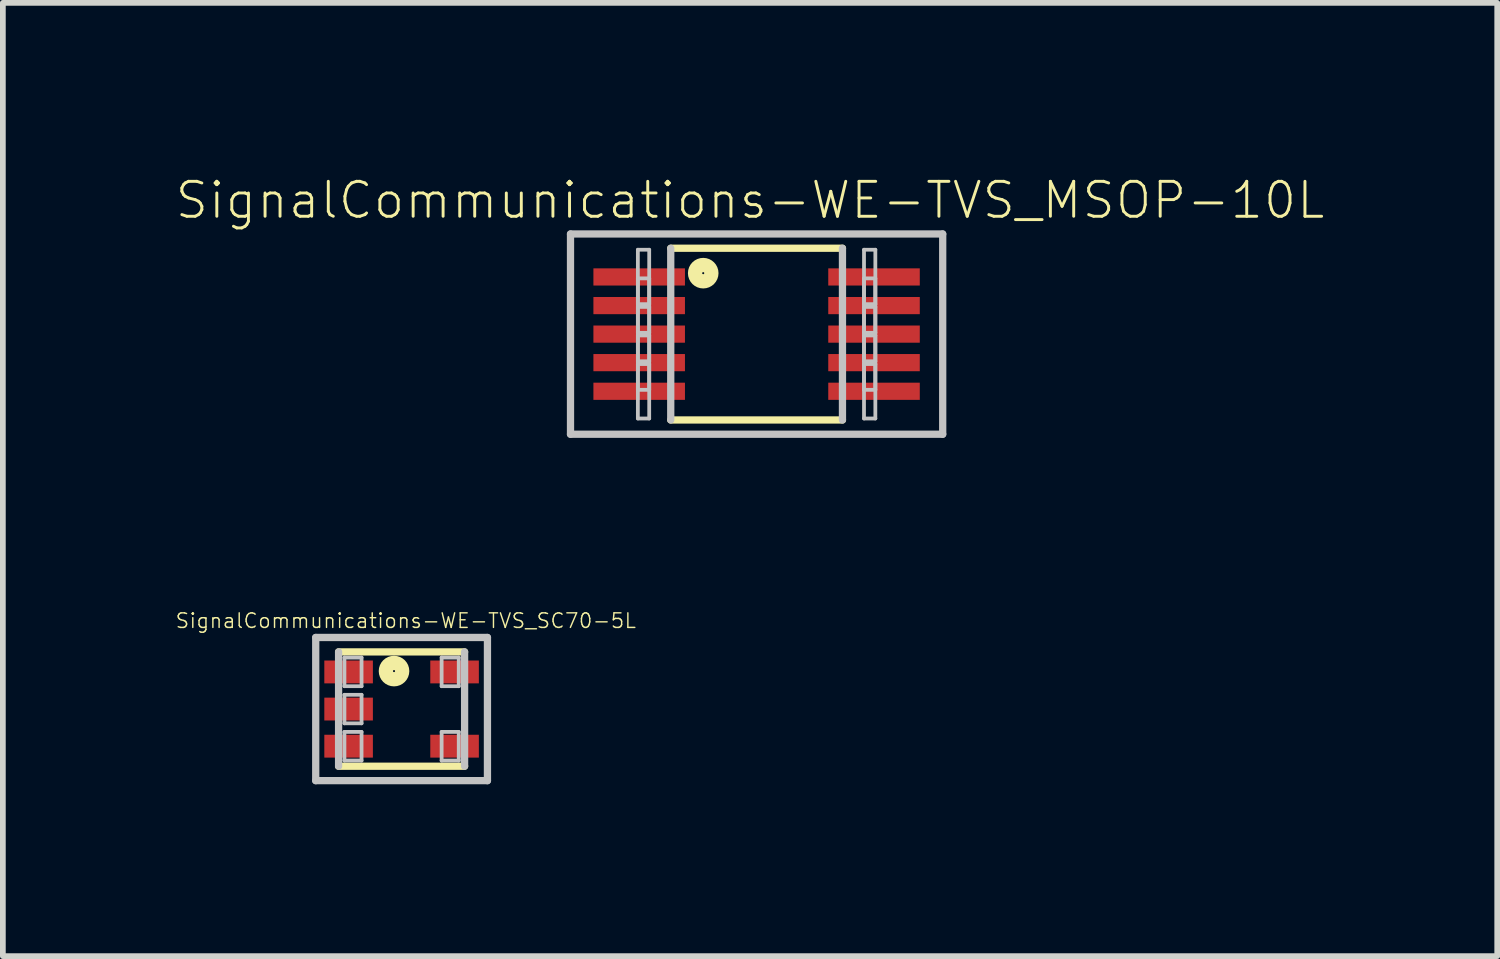
<source format=kicad_pcb>
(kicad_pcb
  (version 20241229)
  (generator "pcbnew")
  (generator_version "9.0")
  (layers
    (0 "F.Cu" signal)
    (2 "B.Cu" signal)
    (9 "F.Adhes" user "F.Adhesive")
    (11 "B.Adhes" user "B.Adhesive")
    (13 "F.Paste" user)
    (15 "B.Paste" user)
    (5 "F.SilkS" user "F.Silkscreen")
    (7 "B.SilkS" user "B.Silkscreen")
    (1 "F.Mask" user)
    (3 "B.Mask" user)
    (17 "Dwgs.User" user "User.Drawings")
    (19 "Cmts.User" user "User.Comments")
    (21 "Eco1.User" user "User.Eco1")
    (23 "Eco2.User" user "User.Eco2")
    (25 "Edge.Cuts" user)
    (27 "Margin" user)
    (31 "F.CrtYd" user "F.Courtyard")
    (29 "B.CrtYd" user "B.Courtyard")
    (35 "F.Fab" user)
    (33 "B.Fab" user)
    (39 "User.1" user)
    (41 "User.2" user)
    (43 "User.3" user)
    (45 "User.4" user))
  (footprint "SignalCommunications-WE-TVS_SC70-5L"
    (layer "F.Cu")
    (at 3.961 9.329)
    (property "Reference" "SignalCommunications-WE-TVS_SC70-5L" (at 0.074 -1.542 0) (layer "F.SilkS") (effects (font (size 0.254 0.254) (thickness 0.025))))
    (attr smd)
    (fp_line (start -1.1 -0.998) (end 1.1 -0.998) (stroke (width 0.127) (type solid)) (layer "F.SilkS"))
    (fp_line (start 1.1 0.998) (end -1.1 0.998) (stroke (width 0.127) (type solid)) (layer "F.SilkS"))
    (fp_circle (center -0.132 -0.663) (end -0.132 -0.681) (stroke (width 0.249) (type solid)) (fill no) (layer "F.SilkS"))
    (fp_line (start -1.499 -1.25) (end 1.499 -1.25) (stroke (width 0.127) (type solid)) (layer "Dwgs.User"))
    (fp_line (start -1.499 1.25) (end -1.499 -1.25) (stroke (width 0.127) (type solid)) (layer "Dwgs.User"))
    (fp_line (start -1.1 0.998) (end -1.1 -0.998) (stroke (width 0.127) (type solid)) (layer "Dwgs.User"))
    (fp_line (start -0.998 -0.899) (end -0.699 -0.899) (stroke (width 0.066) (type solid)) (layer "Dwgs.User"))
    (fp_line (start -0.998 -0.399) (end -0.998 -0.899) (stroke (width 0.066) (type solid)) (layer "Dwgs.User"))
    (fp_line (start -0.998 -0.399) (end -0.699 -0.399) (stroke (width 0.066) (type solid)) (layer "Dwgs.User"))
    (fp_line (start -0.998 -0.249) (end -0.699 -0.249) (stroke (width 0.066) (type solid)) (layer "Dwgs.User"))
    (fp_line (start -0.998 0.249) (end -0.998 -0.249) (stroke (width 0.066) (type solid)) (layer "Dwgs.User"))
    (fp_line (start -0.998 0.249) (end -0.699 0.249) (stroke (width 0.066) (type solid)) (layer "Dwgs.User"))
    (fp_line (start -0.998 0.399) (end -0.699 0.399) (stroke (width 0.066) (type solid)) (layer "Dwgs.User"))
    (fp_line (start -0.998 0.899) (end -0.998 0.399) (stroke (width 0.066) (type solid)) (layer "Dwgs.User"))
    (fp_line (start -0.998 0.899) (end -0.699 0.899) (stroke (width 0.066) (type solid)) (layer "Dwgs.User"))
    (fp_line (start -0.699 -0.399) (end -0.699 -0.899) (stroke (width 0.066) (type solid)) (layer "Dwgs.User"))
    (fp_line (start -0.699 0.249) (end -0.699 -0.249) (stroke (width 0.066) (type solid)) (layer "Dwgs.User"))
    (fp_line (start -0.699 0.899) (end -0.699 0.399) (stroke (width 0.066) (type solid)) (layer "Dwgs.User"))
    (fp_line (start 0.699 -0.899) (end 0.998 -0.899) (stroke (width 0.066) (type solid)) (layer "Dwgs.User"))
    (fp_line (start 0.699 -0.399) (end 0.699 -0.899) (stroke (width 0.066) (type solid)) (layer "Dwgs.User"))
    (fp_line (start 0.699 -0.399) (end 0.998 -0.399) (stroke (width 0.066) (type solid)) (layer "Dwgs.User"))
    (fp_line (start 0.699 0.399) (end 0.998 0.399) (stroke (width 0.066) (type solid)) (layer "Dwgs.User"))
    (fp_line (start 0.699 0.899) (end 0.699 0.399) (stroke (width 0.066) (type solid)) (layer "Dwgs.User"))
    (fp_line (start 0.699 0.899) (end 0.998 0.899) (stroke (width 0.066) (type solid)) (layer "Dwgs.User"))
    (fp_line (start 0.998 -0.399) (end 0.998 -0.899) (stroke (width 0.066) (type solid)) (layer "Dwgs.User"))
    (fp_line (start 0.998 0.899) (end 0.998 0.399) (stroke (width 0.066) (type solid)) (layer "Dwgs.User"))
    (fp_line (start 1.1 -0.998) (end 1.1 0.998) (stroke (width 0.127) (type solid)) (layer "Dwgs.User"))
    (fp_line (start 1.499 -1.25) (end 1.499 1.25) (stroke (width 0.127) (type solid)) (layer "Dwgs.User"))
    (fp_line (start 1.499 1.25) (end -1.499 1.25) (stroke (width 0.127) (type solid)) (layer "Dwgs.User"))
    (pad "1" smd rect (at -0.925 -0.648 270) (size 0.399 0.848) (layers "F.Cu" "F.Mask" "F.Paste"))
    (pad "2" smd rect (at -0.925 0 270) (size 0.399 0.848) (layers "F.Cu" "F.Mask" "F.Paste"))
    (pad "3" smd rect (at -0.925 0.648 270) (size 0.399 0.848) (layers "F.Cu" "F.Mask" "F.Paste"))
    (pad "4" smd rect (at 0.925 0.648 270) (size 0.399 0.848) (layers "F.Cu" "F.Mask" "F.Paste"))
    (pad "5" smd rect (at 0.925 -0.648 270) (size 0.399 0.848) (layers "F.Cu" "F.Mask" "F.Paste")))
  (footprint "SignalCommunications-WE-TVS_MSOP-10L"
    (layer "F.Cu")
    (at 10.159 2.783)
    (property "Reference" "SignalCommunications-WE-TVS_MSOP-10L" (at -0.114 -2.337 0) (layer "F.SilkS") (effects (font (size 0.61 0.61) (thickness 0.051))))
    (attr smd)
    (fp_line (start -1.499 -1.499) (end 1.499 -1.499) (stroke (width 0.127) (type solid)) (layer "F.SilkS"))
    (fp_line (start 1.499 1.499) (end -1.499 1.499) (stroke (width 0.127) (type solid)) (layer "F.SilkS"))
    (fp_circle (center -0.932 -1.064) (end -0.932 -1.082) (stroke (width 0.249) (type solid)) (fill no) (layer "F.SilkS"))
    (fp_line (start -3.249 -1.748) (end 3.249 -1.748) (stroke (width 0.127) (type solid)) (layer "Dwgs.User"))
    (fp_line (start -3.249 1.748) (end -3.249 -1.748) (stroke (width 0.127) (type solid)) (layer "Dwgs.User"))
    (fp_line (start -2.073 -1.473) (end -1.875 -1.473) (stroke (width 0.066) (type solid)) (layer "Dwgs.User"))
    (fp_line (start -2.073 -0.973) (end -1.875 -0.973) (stroke (width 0.066) (type solid)) (layer "Dwgs.User"))
    (fp_line (start -2.073 -0.523) (end -2.073 -1.473) (stroke (width 0.066) (type solid)) (layer "Dwgs.User"))
    (fp_line (start -2.073 -0.523) (end -1.875 -0.523) (stroke (width 0.066) (type solid)) (layer "Dwgs.User"))
    (fp_line (start -2.073 -0.475) (end -1.875 -0.475) (stroke (width 0.066) (type solid)) (layer "Dwgs.User"))
    (fp_line (start -2.073 -0.023) (end -2.073 -0.973) (stroke (width 0.066) (type solid)) (layer "Dwgs.User"))
    (fp_line (start -2.073 -0.023) (end -1.875 -0.023) (stroke (width 0.066) (type solid)) (layer "Dwgs.User"))
    (fp_line (start -2.073 0.023) (end -1.875 0.023) (stroke (width 0.066) (type solid)) (layer "Dwgs.User"))
    (fp_line (start -2.073 0.475) (end -2.073 -0.475) (stroke (width 0.066) (type solid)) (layer "Dwgs.User"))
    (fp_line (start -2.073 0.475) (end -1.875 0.475) (stroke (width 0.066) (type solid)) (layer "Dwgs.User"))
    (fp_line (start -2.073 0.523) (end -1.875 0.523) (stroke (width 0.066) (type solid)) (layer "Dwgs.User"))
    (fp_line (start -2.073 0.973) (end -2.073 0.023) (stroke (width 0.066) (type solid)) (layer "Dwgs.User"))
    (fp_line (start -2.073 0.973) (end -1.875 0.973) (stroke (width 0.066) (type solid)) (layer "Dwgs.User"))
    (fp_line (start -2.073 1.473) (end -2.073 0.523) (stroke (width 0.066) (type solid)) (layer "Dwgs.User"))
    (fp_line (start -2.073 1.473) (end -1.875 1.473) (stroke (width 0.066) (type solid)) (layer "Dwgs.User"))
    (fp_line (start -1.875 -0.523) (end -1.875 -1.473) (stroke (width 0.066) (type solid)) (layer "Dwgs.User"))
    (fp_line (start -1.875 -0.023) (end -1.875 -0.973) (stroke (width 0.066) (type solid)) (layer "Dwgs.User"))
    (fp_line (start -1.875 0.475) (end -1.875 -0.475) (stroke (width 0.066) (type solid)) (layer "Dwgs.User"))
    (fp_line (start -1.875 0.973) (end -1.875 0.023) (stroke (width 0.066) (type solid)) (layer "Dwgs.User"))
    (fp_line (start -1.875 1.473) (end -1.875 0.523) (stroke (width 0.066) (type solid)) (layer "Dwgs.User"))
    (fp_line (start -1.499 1.499) (end -1.499 -1.499) (stroke (width 0.127) (type solid)) (layer "Dwgs.User"))
    (fp_line (start 1.499 -1.499) (end 1.499 1.499) (stroke (width 0.127) (type solid)) (layer "Dwgs.User"))
    (fp_line (start 1.875 -1.473) (end 2.073 -1.473) (stroke (width 0.066) (type solid)) (layer "Dwgs.User"))
    (fp_line (start 1.875 -0.973) (end 2.073 -0.973) (stroke (width 0.066) (type solid)) (layer "Dwgs.User"))
    (fp_line (start 1.875 -0.523) (end 1.875 -1.473) (stroke (width 0.066) (type solid)) (layer "Dwgs.User"))
    (fp_line (start 1.875 -0.523) (end 2.073 -0.523) (stroke (width 0.066) (type solid)) (layer "Dwgs.User"))
    (fp_line (start 1.875 -0.475) (end 2.073 -0.475) (stroke (width 0.066) (type solid)) (layer "Dwgs.User"))
    (fp_line (start 1.875 -0.023) (end 1.875 -0.973) (stroke (width 0.066) (type solid)) (layer "Dwgs.User"))
    (fp_line (start 1.875 -0.023) (end 2.073 -0.023) (stroke (width 0.066) (type solid)) (layer "Dwgs.User"))
    (fp_line (start 1.875 0.023) (end 2.073 0.023) (stroke (width 0.066) (type solid)) (layer "Dwgs.User"))
    (fp_line (start 1.875 0.475) (end 1.875 -0.475) (stroke (width 0.066) (type solid)) (layer "Dwgs.User"))
    (fp_line (start 1.875 0.475) (end 2.073 0.475) (stroke (width 0.066) (type solid)) (layer "Dwgs.User"))
    (fp_line (start 1.875 0.523) (end 2.073 0.523) (stroke (width 0.066) (type solid)) (layer "Dwgs.User"))
    (fp_line (start 1.875 0.973) (end 1.875 0.023) (stroke (width 0.066) (type solid)) (layer "Dwgs.User"))
    (fp_line (start 1.875 0.973) (end 2.073 0.973) (stroke (width 0.066) (type solid)) (layer "Dwgs.User"))
    (fp_line (start 1.875 1.473) (end 1.875 0.523) (stroke (width 0.066) (type solid)) (layer "Dwgs.User"))
    (fp_line (start 1.875 1.473) (end 2.073 1.473) (stroke (width 0.066) (type solid)) (layer "Dwgs.User"))
    (fp_line (start 2.073 -0.523) (end 2.073 -1.473) (stroke (width 0.066) (type solid)) (layer "Dwgs.User"))
    (fp_line (start 2.073 -0.023) (end 2.073 -0.973) (stroke (width 0.066) (type solid)) (layer "Dwgs.User"))
    (fp_line (start 2.073 0.475) (end 2.073 -0.475) (stroke (width 0.066) (type solid)) (layer "Dwgs.User"))
    (fp_line (start 2.073 0.973) (end 2.073 0.023) (stroke (width 0.066) (type solid)) (layer "Dwgs.User"))
    (fp_line (start 2.073 1.473) (end 2.073 0.523) (stroke (width 0.066) (type solid)) (layer "Dwgs.User"))
    (fp_line (start 3.249 -1.748) (end 3.249 1.748) (stroke (width 0.127) (type solid)) (layer "Dwgs.User"))
    (fp_line (start 3.249 1.748) (end -3.249 1.748) (stroke (width 0.127) (type solid)) (layer "Dwgs.User"))
    (pad "1" smd rect (at -2.05 -0.998 270) (size 0.3 1.598) (layers "F.Cu" "F.Mask" "F.Paste"))
    (pad "2" smd rect (at -2.05 -0.498 270) (size 0.3 1.598) (layers "F.Cu" "F.Mask" "F.Paste"))
    (pad "3" smd rect (at -2.05 0 270) (size 0.3 1.598) (layers "F.Cu" "F.Mask" "F.Paste"))
    (pad "4" smd rect (at -2.05 0.498 270) (size 0.3 1.598) (layers "F.Cu" "F.Mask" "F.Paste"))
    (pad "5" smd rect (at -2.05 0.998 270) (size 0.3 1.598) (layers "F.Cu" "F.Mask" "F.Paste"))
    (pad "6" smd rect (at 2.05 0.998 270) (size 0.3 1.598) (layers "F.Cu" "F.Mask" "F.Paste"))
    (pad "7" smd rect (at 2.05 0.498 270) (size 0.3 1.598) (layers "F.Cu" "F.Mask" "F.Paste"))
    (pad "8" smd rect (at 2.05 0 270) (size 0.3 1.598) (layers "F.Cu" "F.Mask" "F.Paste"))
    (pad "9" smd rect (at 2.05 -0.498 270) (size 0.3 1.598) (layers "F.Cu" "F.Mask" "F.Paste"))
    (pad "10" smd rect (at 2.05 -0.998 270) (size 0.3 1.598) (layers "F.Cu" "F.Mask" "F.Paste")))
  (gr_rect
    (start -3 -3)
    (end 23.089 13.642)
    (stroke (width 0.1) (type default))
    (fill no)
    (layer "Edge.Cuts")))
</source>
